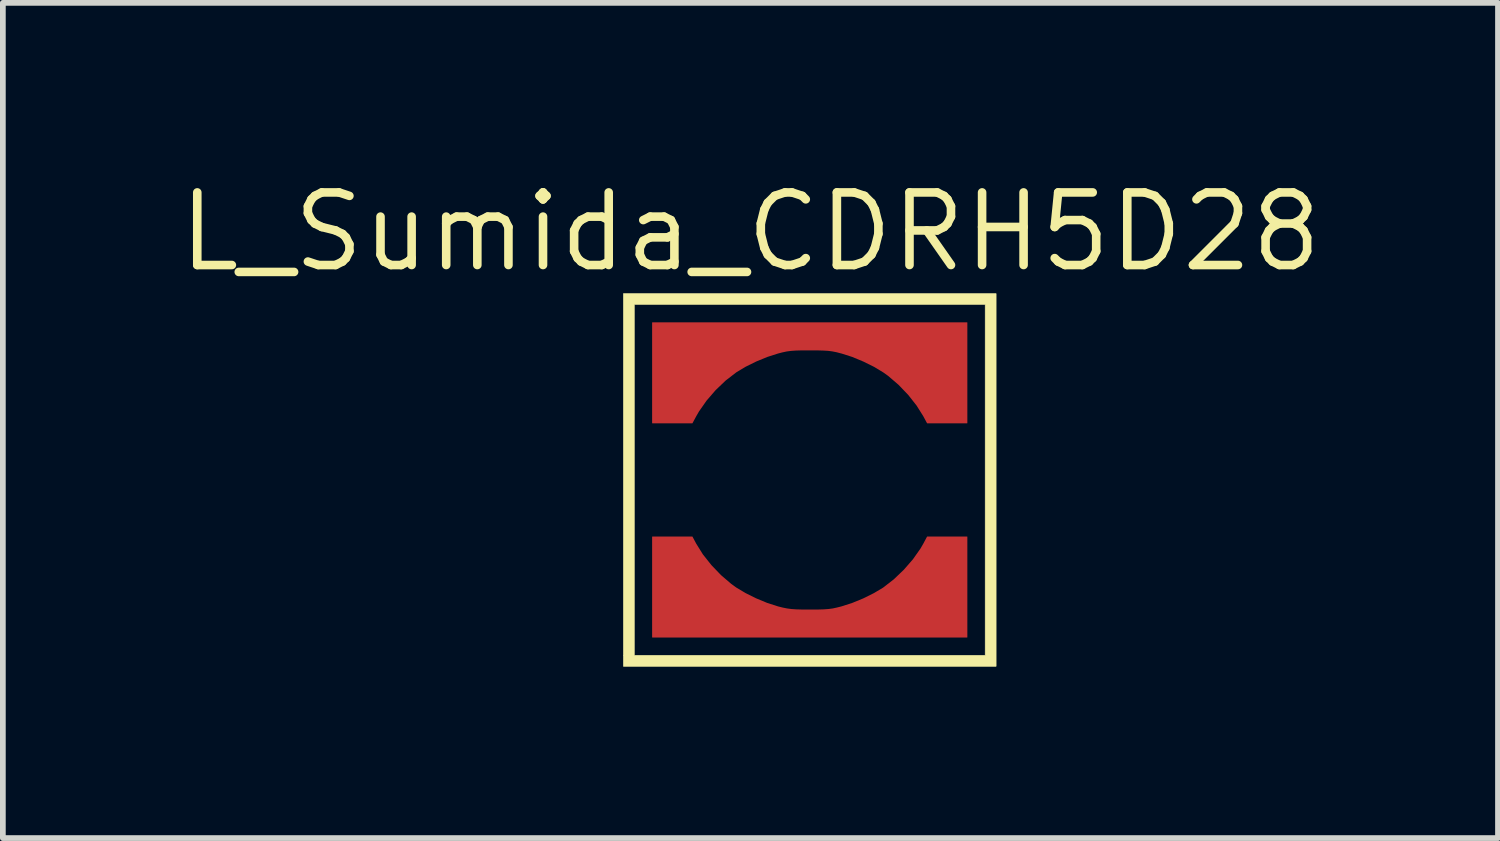
<source format=kicad_pcb>
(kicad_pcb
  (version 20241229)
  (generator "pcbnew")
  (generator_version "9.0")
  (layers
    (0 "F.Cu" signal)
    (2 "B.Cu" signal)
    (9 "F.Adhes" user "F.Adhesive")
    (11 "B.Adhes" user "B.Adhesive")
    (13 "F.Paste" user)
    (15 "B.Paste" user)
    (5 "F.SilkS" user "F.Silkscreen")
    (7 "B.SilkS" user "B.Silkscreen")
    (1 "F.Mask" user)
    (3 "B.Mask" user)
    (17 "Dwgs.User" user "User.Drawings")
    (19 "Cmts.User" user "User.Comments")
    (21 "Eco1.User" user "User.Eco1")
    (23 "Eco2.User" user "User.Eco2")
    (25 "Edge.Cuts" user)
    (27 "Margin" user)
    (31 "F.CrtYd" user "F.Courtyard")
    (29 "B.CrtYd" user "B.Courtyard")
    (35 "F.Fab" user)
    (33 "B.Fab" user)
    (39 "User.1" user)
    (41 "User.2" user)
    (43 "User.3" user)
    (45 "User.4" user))
  (footprint "L_Sumida_CDRH5D28"
    (layer "F.Cu")
    (at 12.363 6.594)
    (property "Reference" "L_Sumida_CDRH5D28" (at -2.286 -5.588 0) (layer "F.SilkS") (effects (font (size 1.27 1.27) (thickness 0.15))))
    (attr through_hole)
    (fp_poly (pts (xy 2.011 2.011) (xy -4.508 2.011) (xy -4.508 -4.318) (xy -4.318 -4.318) (xy -4.318 1.82) (xy 1.82 1.82) (xy 1.82 -4.318) (xy -4.318 -4.318) (xy -4.508 -4.318) (xy -4.508 -4.508) (xy 2.011 -4.508) (xy 2.011 2.011)) (stroke (width 0.01) (type solid)) (fill yes) (layer "F.SilkS"))
    (pad "1" smd custom (at -3.302 -3.302) (size 1 1) (layers "F.Cu" "F.Mask" "F.Paste") (options (anchor circle)) (primitives (gr_poly (pts (xy 4.805 1.058) (xy 4.109 1.058) (xy 4.044 0.937) (xy 3.926 0.749) (xy 3.778 0.561) (xy 3.608 0.384) (xy 3.427 0.229) (xy 3.343 0.169) (xy 3.181 0.071) (xy 2.993 -0.022) (xy 2.798 -0.103) (xy 2.611 -0.163) (xy 2.609 -0.163) (xy 2.525 -0.185) (xy 2.45 -0.2) (xy 2.375 -0.21) (xy 2.288 -0.215) (xy 2.18 -0.218) (xy 2.053 -0.218) (xy 1.915 -0.218) (xy 1.809 -0.215) (xy 1.724 -0.209) (xy 1.649 -0.199) (xy 1.574 -0.183) (xy 1.497 -0.163) (xy 1.31 -0.103) (xy 1.115 -0.023) (xy 0.927 0.07) (xy 0.764 0.168) (xy 0.763 0.169) (xy 0.58 0.31) (xy 0.404 0.478) (xy 0.245 0.662) (xy 0.112 0.852) (xy 0.063 0.937) (xy -0.002 1.058) (xy -0.699 1.058) (xy -0.699 -0.699) (xy 4.805 -0.699) (xy 4.805 1.058)) (width 0.01) (fill yes)) (gr_poly (pts (xy 4.805 1.058) (xy 4.109 1.058) (xy 4.044 0.937) (xy 3.926 0.749) (xy 3.778 0.561) (xy 3.608 0.384) (xy 3.427 0.229) (xy 3.343 0.169) (xy 3.181 0.071) (xy 2.993 -0.022) (xy 2.798 -0.103) (xy 2.611 -0.163) (xy 2.609 -0.163) (xy 2.525 -0.185) (xy 2.45 -0.2) (xy 2.375 -0.21) (xy 2.288 -0.215) (xy 2.18 -0.218) (xy 2.053 -0.218) (xy 1.915 -0.218) (xy 1.809 -0.215) (xy 1.724 -0.209) (xy 1.649 -0.199) (xy 1.574 -0.183) (xy 1.497 -0.163) (xy 1.31 -0.103) (xy 1.115 -0.023) (xy 0.927 0.07) (xy 0.764 0.168) (xy 0.763 0.169) (xy 0.58 0.31) (xy 0.404 0.478) (xy 0.245 0.662) (xy 0.112 0.852) (xy 0.063 0.937) (xy -0.002 1.058) (xy -0.699 1.058) (xy -0.699 -0.699) (xy 4.805 -0.699) (xy 4.805 1.058)) (width 0.01) (fill yes))))
    (pad "2" smd custom (at -3.302 0.762) (size 1 1) (layers "F.Cu" "F.Mask" "F.Paste") (options (anchor circle)) (primitives (gr_poly (pts (xy 0.063 -0.894) (xy 0.18 -0.706) (xy 0.329 -0.518) (xy 0.498 -0.342) (xy 0.679 -0.187) (xy 0.763 -0.126) (xy 0.925 -0.029) (xy 1.112 0.064) (xy 1.307 0.145) (xy 1.494 0.205) (xy 1.497 0.206) (xy 1.581 0.227) (xy 1.656 0.242) (xy 1.73 0.252) (xy 1.816 0.258) (xy 1.924 0.261) (xy 2.053 0.261) (xy 2.191 0.261) (xy 2.297 0.258) (xy 2.381 0.252) (xy 2.456 0.242) (xy 2.53 0.226) (xy 2.609 0.206) (xy 2.796 0.146) (xy 2.991 0.066) (xy 3.178 -0.027) (xy 3.341 -0.124) (xy 3.343 -0.126) (xy 3.526 -0.268) (xy 3.702 -0.436) (xy 3.862 -0.62) (xy 3.995 -0.809) (xy 4.044 -0.894) (xy 4.109 -1.016) (xy 4.805 -1.016) (xy 4.805 0.741) (xy -0.699 0.741) (xy -0.699 -1.016) (xy -0.002 -1.016) (xy 0.063 -0.894)) (width 0.01) (fill yes)) (gr_poly (pts (xy 0.063 -0.894) (xy 0.18 -0.706) (xy 0.329 -0.518) (xy 0.498 -0.342) (xy 0.679 -0.187) (xy 0.763 -0.126) (xy 0.925 -0.029) (xy 1.112 0.064) (xy 1.307 0.145) (xy 1.494 0.205) (xy 1.497 0.206) (xy 1.581 0.227) (xy 1.656 0.242) (xy 1.73 0.252) (xy 1.816 0.258) (xy 1.924 0.261) (xy 2.053 0.261) (xy 2.191 0.261) (xy 2.297 0.258) (xy 2.381 0.252) (xy 2.456 0.242) (xy 2.53 0.226) (xy 2.609 0.206) (xy 2.796 0.146) (xy 2.991 0.066) (xy 3.178 -0.027) (xy 3.341 -0.124) (xy 3.343 -0.126) (xy 3.526 -0.268) (xy 3.702 -0.436) (xy 3.862 -0.62) (xy 3.995 -0.809) (xy 4.044 -0.894) (xy 4.109 -1.016) (xy 4.805 -1.016) (xy 4.805 0.741) (xy -0.699 0.741) (xy -0.699 -1.016) (xy -0.002 -1.016) (xy 0.063 -0.894)) (width 0.01) (fill yes)))))
  (gr_rect
    (start -3 -3)
    (end 23.153 11.61)
    (stroke (width 0.1) (type default))
    (fill no)
    (layer "Edge.Cuts")))
</source>
